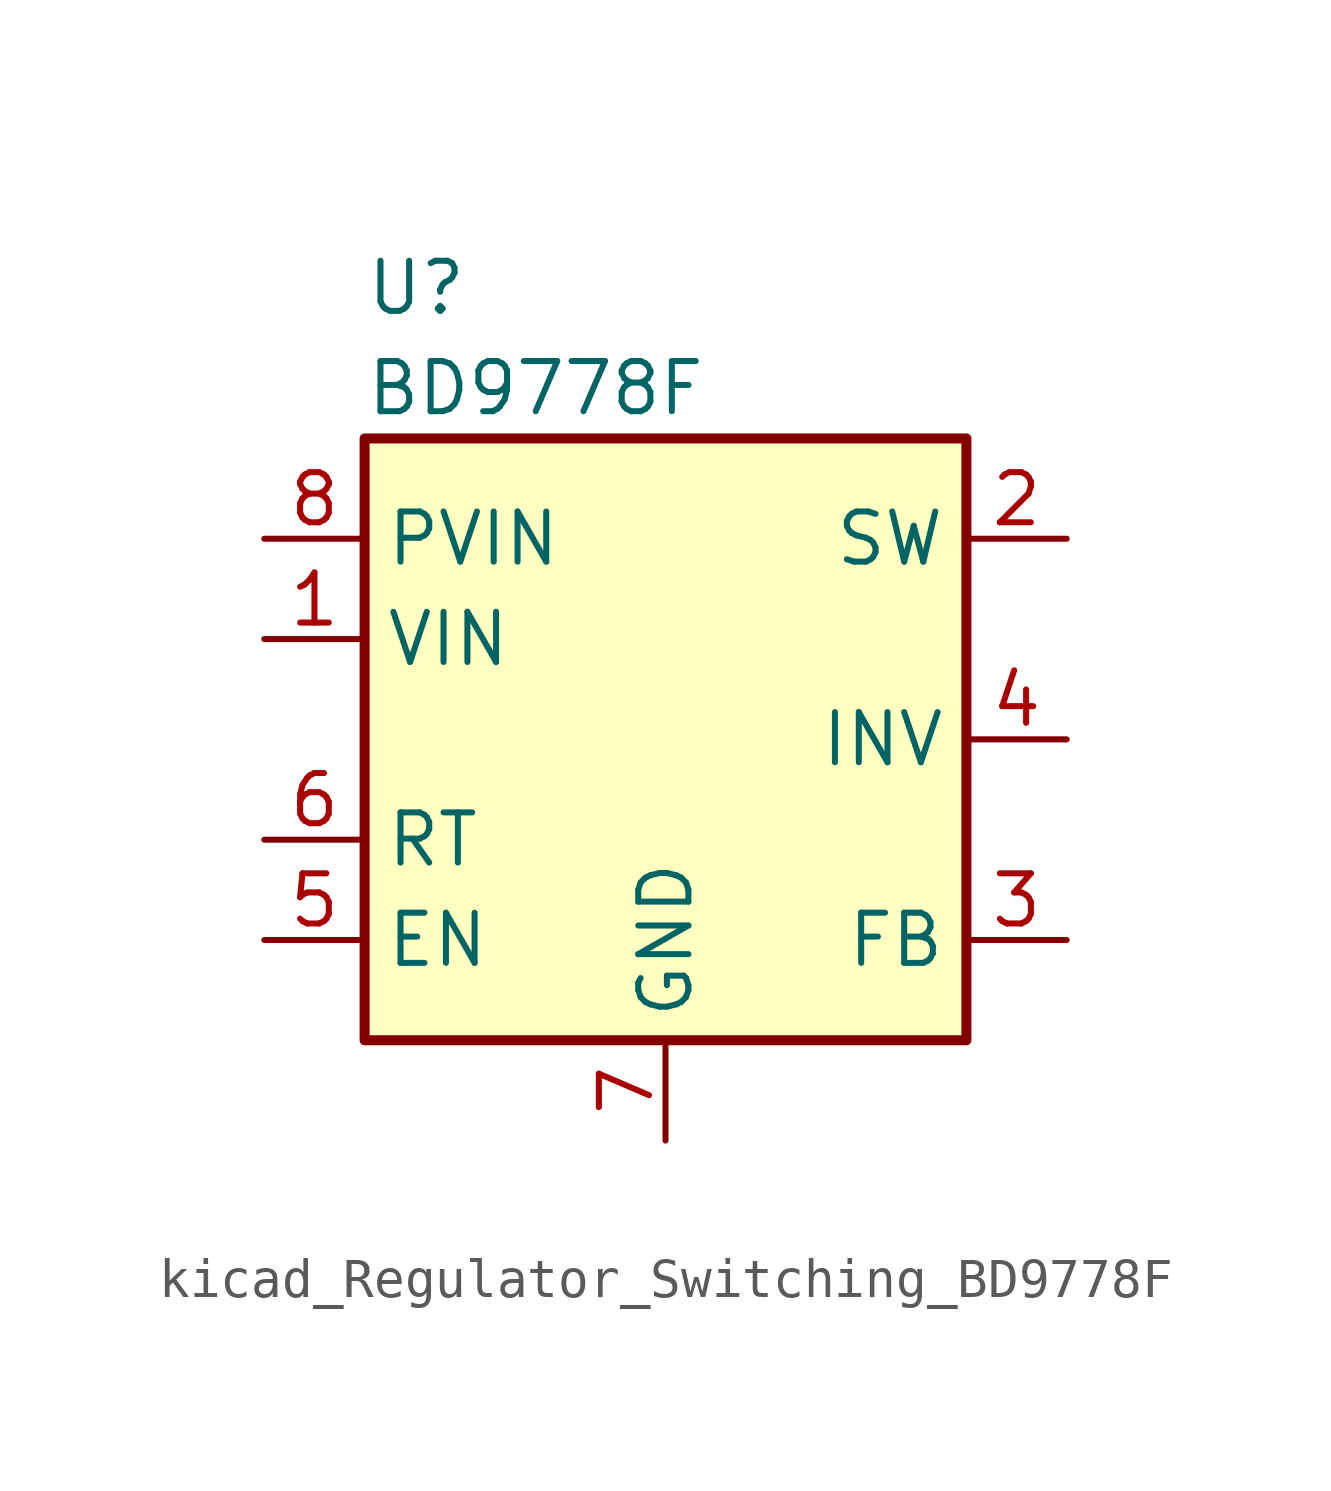
<source format=kicad_sym>
(kicad_symbol_lib
  (version 20220914)
  (generator kicad_symbol_editor)
  (symbol "kicad_Regulator_Switching_BD9778F"
    (property "Reference" "U"
      (at -7.62 11.43 0)
      (effects (font (size 1.27 1.27)) (justify left)))
    (property "Value" "BD9778F"
      (at -7.62 8.89 0)
      (effects (font (size 1.27 1.27)) (justify left)))
    (symbol "kicad_Regulator_Switching_BD9778F_0_1"
      (rectangle (start -7.62 7.62) (end 7.62 -7.62) (stroke (width 0.254) (type default)) (fill (type background))))
    (symbol "kicad_Regulator_Switching_BD9778F_1_1"
      (pin power_in line (at -10.16 2.54 0) (length 2.54) (name "VIN" (effects (font (size 1.27 1.27)))) (number "1" (effects (font (size 1.27 1.27)))))
      (pin output line (at 10.16 5.08 180) (length 2.54) (name "SW" (effects (font (size 1.27 1.27)))) (number "2" (effects (font (size 1.27 1.27)))))
      (pin passive line (at 10.16 -5.08 180) (length 2.54) (name "FB" (effects (font (size 1.27 1.27)))) (number "3" (effects (font (size 1.27 1.27)))))
      (pin input line (at 10.16 0 180) (length 2.54) (name "INV" (effects (font (size 1.27 1.27)))) (number "4" (effects (font (size 1.27 1.27)))))
      (pin passive line (at -10.16 -5.08 0) (length 2.54) (name "EN" (effects (font (size 1.27 1.27)))) (number "5" (effects (font (size 1.27 1.27)))))
      (pin passive line (at -10.16 -2.54 0) (length 2.54) (name "RT" (effects (font (size 1.27 1.27)))) (number "6" (effects (font (size 1.27 1.27)))))
      (pin power_in line (at 0 -10.16 90) (length 2.54) (name "GND" (effects (font (size 1.27 1.27)))) (number "7" (effects (font (size 1.27 1.27)))))
      (pin power_in line (at -10.16 5.08 0) (length 2.54) (name "PVIN" (effects (font (size 1.27 1.27)))) (number "8" (effects (font (size 1.27 1.27))))))))
</source>
